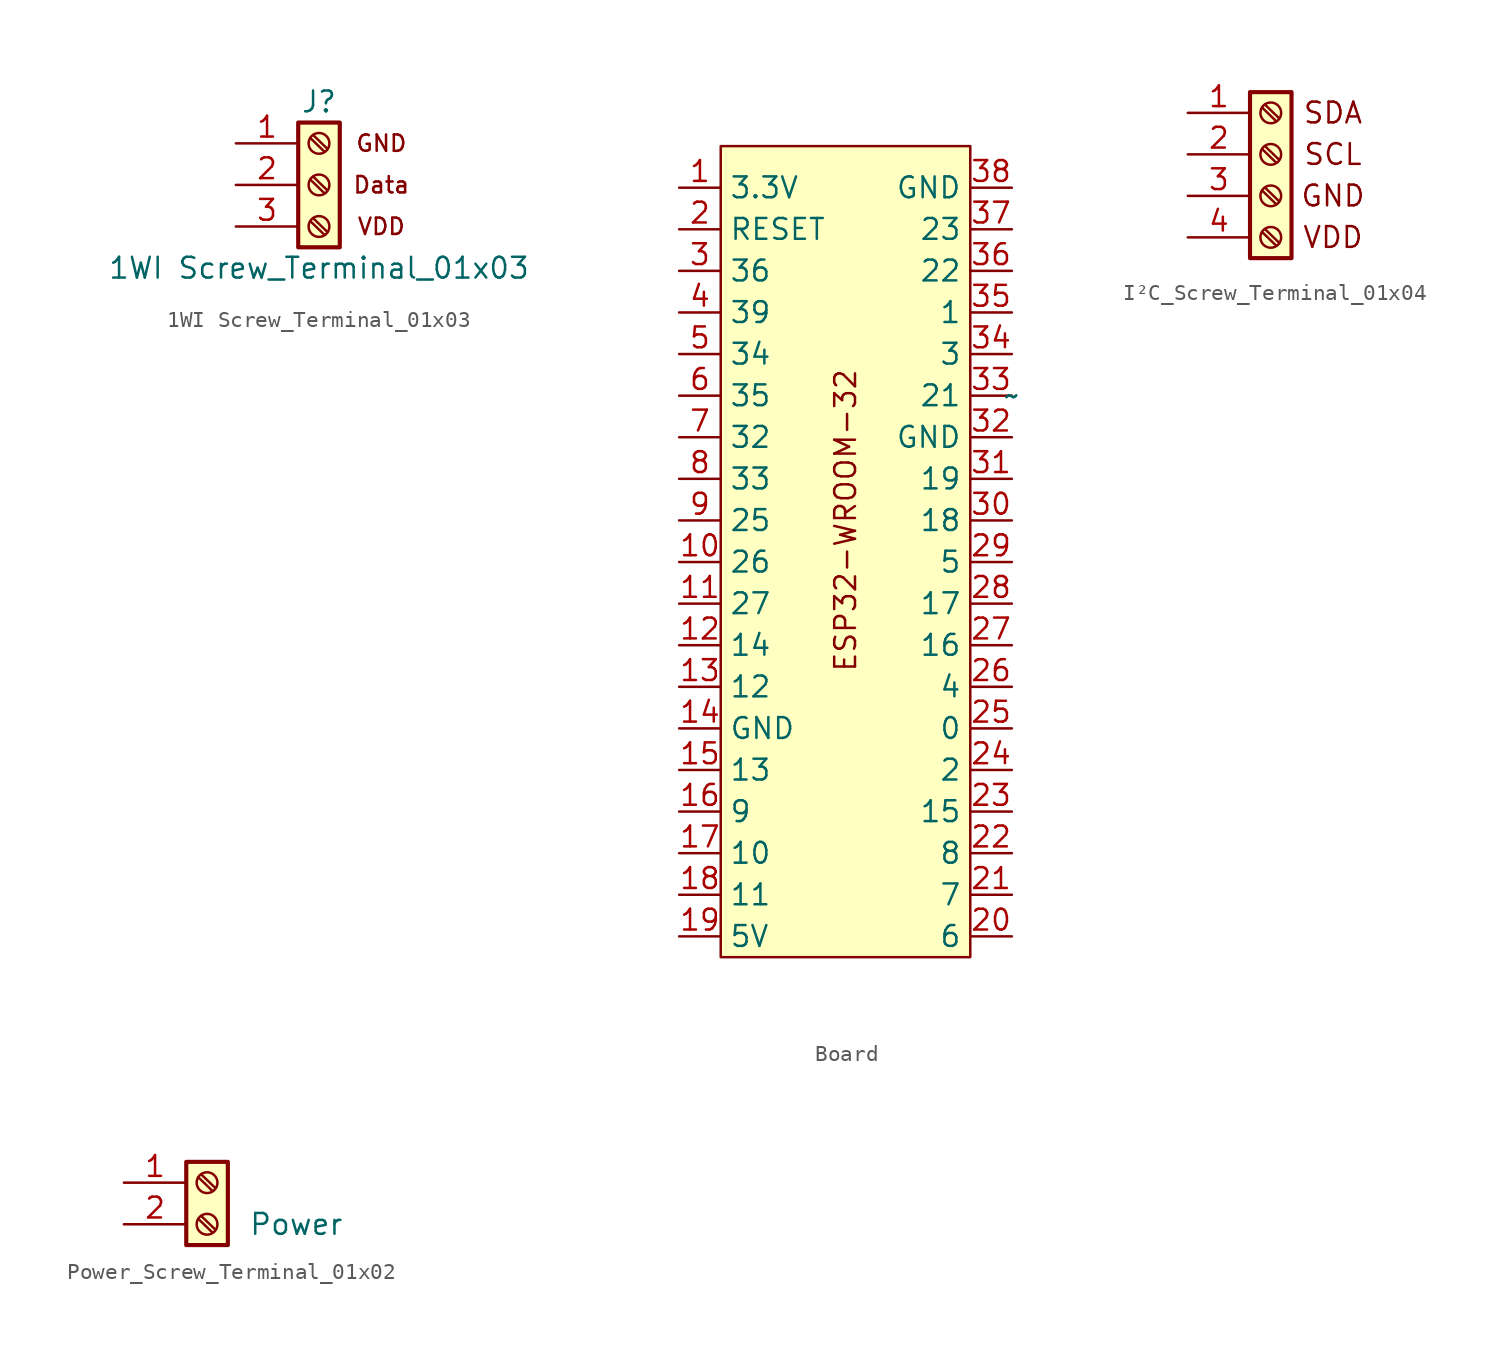
<source format=kicad_sym>
(kicad_symbol_lib
  (version 20220914)
  (generator kicad_symbol_editor)
  (symbol "1WI Screw_Terminal_01x03"
    (pin_names
      (offset 1.016) hide)
    (property "Reference" "J"
      (at 0 5.08 0)
      (effects (font (size 1.27 1.27))))
    (property "Value" "1WI Screw_Terminal_01x03"
      (at 0 -5.08 0)
      (effects (font (size 1.27 1.27))))
    (symbol "1WI Screw_Terminal_01x03_1_1"
      (rectangle (start -1.27 3.81) (end 1.27 -3.81) (stroke (width 0.254) (type default)) (fill (type background)))
      (circle (center 0 -2.54) (radius 0.635) (stroke (width 0.152) (type default)) (fill (type none)))
      (polyline (pts (xy -0.533 -2.21) (xy 0.33 -3.048)) (stroke (width 0.152) (type default)) (fill (type none)))
      (polyline (pts (xy -0.533 0.33) (xy 0.33 -0.508)) (stroke (width 0.152) (type default)) (fill (type none)))
      (polyline (pts (xy -0.533 2.87) (xy 0.33 2.032)) (stroke (width 0.152) (type default)) (fill (type none)))
      (polyline (pts (xy -0.356 -2.032) (xy 0.508 -2.87)) (stroke (width 0.152) (type default)) (fill (type none)))
      (polyline (pts (xy -0.356 0.508) (xy 0.508 -0.33)) (stroke (width 0.152) (type default)) (fill (type none)))
      (polyline (pts (xy -0.356 3.048) (xy 0.508 2.21)) (stroke (width 0.152) (type default)) (fill (type none)))
      (circle (center 0 0) (radius 0.635) (stroke (width 0.152) (type default)) (fill (type none)))
      (circle (center 0 2.54) (radius 0.635) (stroke (width 0.152) (type default)) (fill (type none)))
      (text "Data" (at 3.81 0 0) (effects (font (size 1 1))))
      (text "GND" (at 3.81 2.54 0) (effects (font (size 1 1))))
      (text "VDD" (at 3.81 -2.54 0) (effects (font (size 1 1))))
      (pin power_in line (at -5.08 2.54 0) (length 3.81) (name "GND" (effects (font (size 1.27 1.27)))) (number "1" (effects (font (size 1.27 1.27)))))
      (pin bidirectional line (at -5.08 0 0) (length 3.81) (name "Data" (effects (font (size 1.27 1.27)))) (number "2" (effects (font (size 1.27 1.27)))))
      (pin power_in line (at -5.08 -2.54 0) (length 3.81) (name "VDD" (effects (font (size 1.27 1.27)))) (number "3" (effects (font (size 1.27 1.27)))))))
  (symbol "Board"
    (property "Reference" "U?"
      (at 2.54 27.94 0)
      (effects (font (size 1.27 1.27)) hide))
    (property "Value" "~"
      (at 12.7 10.16 0)
      (effects (font (size 1.27 1.27))))
    (symbol "Board_1_1"
      (rectangle (start -5.08 25.4) (end 10.16 -24.13) (stroke (width 0) (type default)) (fill (type background)))
      (text "ESP32-WROOM-32" (at 2.54 2.54 900) (effects (font (size 1.27 1.27))))
      (pin power_out line (at -7.62 22.86 0) (length 2.54) (name "3.3V" (effects (font (size 1.27 1.27)))) (number "1" (effects (font (size 1.27 1.27)))))
      (pin bidirectional line (at -7.62 0 0) (length 2.54) (name "26" (effects (font (size 1.27 1.27)))) (number "10" (effects (font (size 1.27 1.27)))))
      (pin bidirectional line (at -7.62 -2.54 0) (length 2.54) (name "27" (effects (font (size 1.27 1.27)))) (number "11" (effects (font (size 1.27 1.27)))))
      (pin bidirectional line (at -7.62 -5.08 0) (length 2.54) (name "14" (effects (font (size 1.27 1.27)))) (number "12" (effects (font (size 1.27 1.27)))))
      (pin bidirectional line (at -7.62 -7.62 0) (length 2.54) (name "12" (effects (font (size 1.27 1.27)))) (number "13" (effects (font (size 1.27 1.27)))))
      (pin power_in line (at -7.62 -10.16 0) (length 2.54) (name "GND" (effects (font (size 1.27 1.27)))) (number "14" (effects (font (size 1.27 1.27)))))
      (pin bidirectional line (at -7.62 -12.7 0) (length 2.54) (name "13" (effects (font (size 1.27 1.27)))) (number "15" (effects (font (size 1.27 1.27)))))
      (pin bidirectional line (at -7.62 -15.24 0) (length 2.54) (name "9" (effects (font (size 1.27 1.27)))) (number "16" (effects (font (size 1.27 1.27)))))
      (pin bidirectional line (at -7.62 -17.78 0) (length 2.54) (name "10" (effects (font (size 1.27 1.27)))) (number "17" (effects (font (size 1.27 1.27)))))
      (pin bidirectional line (at -7.62 -20.32 0) (length 2.54) (name "11" (effects (font (size 1.27 1.27)))) (number "18" (effects (font (size 1.27 1.27)))))
      (pin power_in line (at -7.62 -22.86 0) (length 2.54) (name "5V" (effects (font (size 1.27 1.27)))) (number "19" (effects (font (size 1.27 1.27)))))
      (pin input line (at -7.62 20.32 0) (length 2.54) (name "RESET" (effects (font (size 1.27 1.27)))) (number "2" (effects (font (size 1.27 1.27)))))
      (pin bidirectional line (at 12.7 -22.86 180) (length 2.54) (name "6" (effects (font (size 1.27 1.27)))) (number "20" (effects (font (size 1.27 1.27)))))
      (pin bidirectional line (at 12.7 -20.32 180) (length 2.54) (name "7" (effects (font (size 1.27 1.27)))) (number "21" (effects (font (size 1.27 1.27)))))
      (pin bidirectional line (at 12.7 -17.78 180) (length 2.54) (name "8" (effects (font (size 1.27 1.27)))) (number "22" (effects (font (size 1.27 1.27)))))
      (pin bidirectional line (at 12.7 -15.24 180) (length 2.54) (name "15" (effects (font (size 1.27 1.27)))) (number "23" (effects (font (size 1.27 1.27)))))
      (pin bidirectional line (at 12.7 -12.7 180) (length 2.54) (name "2" (effects (font (size 1.27 1.27)))) (number "24" (effects (font (size 1.27 1.27)))))
      (pin bidirectional line (at 12.7 -10.16 180) (length 2.54) (name "0" (effects (font (size 1.27 1.27)))) (number "25" (effects (font (size 1.27 1.27)))))
      (pin bidirectional line (at 12.7 -7.62 180) (length 2.54) (name "4" (effects (font (size 1.27 1.27)))) (number "26" (effects (font (size 1.27 1.27)))))
      (pin bidirectional line (at 12.7 -5.08 180) (length 2.54) (name "16" (effects (font (size 1.27 1.27)))) (number "27" (effects (font (size 1.27 1.27)))))
      (pin bidirectional line (at 12.7 -2.54 180) (length 2.54) (name "17" (effects (font (size 1.27 1.27)))) (number "28" (effects (font (size 1.27 1.27)))))
      (pin bidirectional line (at 12.7 0 180) (length 2.54) (name "5" (effects (font (size 1.27 1.27)))) (number "29" (effects (font (size 1.27 1.27)))))
      (pin input line (at -7.62 17.78 0) (length 2.54) (name "36" (effects (font (size 1.27 1.27)))) (number "3" (effects (font (size 1.27 1.27)))))
      (pin bidirectional line (at 12.7 2.54 180) (length 2.54) (name "18" (effects (font (size 1.27 1.27)))) (number "30" (effects (font (size 1.27 1.27)))))
      (pin bidirectional line (at 12.7 5.08 180) (length 2.54) (name "19" (effects (font (size 1.27 1.27)))) (number "31" (effects (font (size 1.27 1.27)))))
      (pin power_in line (at 12.7 7.62 180) (length 2.54) (name "GND" (effects (font (size 1.27 1.27)))) (number "32" (effects (font (size 1.27 1.27)))))
      (pin bidirectional line (at 12.7 10.16 180) (length 2.54) (name "21" (effects (font (size 1.27 1.27)))) (number "33" (effects (font (size 1.27 1.27)))))
      (pin bidirectional line (at 12.7 12.7 180) (length 2.54) (name "3" (effects (font (size 1.27 1.27)))) (number "34" (effects (font (size 1.27 1.27)))))
      (pin bidirectional line (at 12.7 15.24 180) (length 2.54) (name "1" (effects (font (size 1.27 1.27)))) (number "35" (effects (font (size 1.27 1.27)))))
      (pin bidirectional line (at 12.7 17.78 180) (length 2.54) (name "22" (effects (font (size 1.27 1.27)))) (number "36" (effects (font (size 1.27 1.27)))))
      (pin bidirectional line (at 12.7 20.32 180) (length 2.54) (name "23" (effects (font (size 1.27 1.27)))) (number "37" (effects (font (size 1.27 1.27)))))
      (pin power_in line (at 12.7 22.86 180) (length 2.54) (name "GND" (effects (font (size 1.27 1.27)))) (number "38" (effects (font (size 1.27 1.27)))))
      (pin input line (at -7.62 15.24 0) (length 2.54) (name "39" (effects (font (size 1.27 1.27)))) (number "4" (effects (font (size 1.27 1.27)))))
      (pin input line (at -7.62 12.7 0) (length 2.54) (name "34" (effects (font (size 1.27 1.27)))) (number "5" (effects (font (size 1.27 1.27)))))
      (pin input line (at -7.62 10.16 0) (length 2.54) (name "35" (effects (font (size 1.27 1.27)))) (number "6" (effects (font (size 1.27 1.27)))))
      (pin bidirectional line (at -7.62 7.62 0) (length 2.54) (name "32" (effects (font (size 1.27 1.27)))) (number "7" (effects (font (size 1.27 1.27)))))
      (pin bidirectional line (at -7.62 5.08 0) (length 2.54) (name "33" (effects (font (size 1.27 1.27)))) (number "8" (effects (font (size 1.27 1.27)))))
      (pin bidirectional line (at -7.62 2.54 0) (length 2.54) (name "25" (effects (font (size 1.27 1.27)))) (number "9" (effects (font (size 1.27 1.27)))))))
  (symbol "I²C_Screw_Terminal_01x04"
    (pin_names
      (offset 1.016) hide)
    (property "Reference" "J?"
      (at 7.62 0 0)
      (effects (font (size 1.27 1.27)) (justify left) hide))
    (symbol "I²C_Screw_Terminal_01x04_1_1"
      (rectangle (start -1.27 3.81) (end 1.27 -6.35) (stroke (width 0.254) (type default)) (fill (type background)))
      (circle (center 0 -5.08) (radius 0.635) (stroke (width 0.152) (type default)) (fill (type none)))
      (circle (center 0 -2.54) (radius 0.635) (stroke (width 0.152) (type default)) (fill (type none)))
      (polyline (pts (xy -0.533 -4.75) (xy 0.33 -5.588)) (stroke (width 0.152) (type default)) (fill (type none)))
      (polyline (pts (xy -0.533 -2.21) (xy 0.33 -3.048)) (stroke (width 0.152) (type default)) (fill (type none)))
      (polyline (pts (xy -0.533 0.33) (xy 0.33 -0.508)) (stroke (width 0.152) (type default)) (fill (type none)))
      (polyline (pts (xy -0.533 2.87) (xy 0.33 2.032)) (stroke (width 0.152) (type default)) (fill (type none)))
      (polyline (pts (xy -0.356 -4.572) (xy 0.508 -5.41)) (stroke (width 0.152) (type default)) (fill (type none)))
      (polyline (pts (xy -0.356 -2.032) (xy 0.508 -2.87)) (stroke (width 0.152) (type default)) (fill (type none)))
      (polyline (pts (xy -0.356 0.508) (xy 0.508 -0.33)) (stroke (width 0.152) (type default)) (fill (type none)))
      (polyline (pts (xy -0.356 3.048) (xy 0.508 2.21)) (stroke (width 0.152) (type default)) (fill (type none)))
      (circle (center 0 0) (radius 0.635) (stroke (width 0.152) (type default)) (fill (type none)))
      (circle (center 0 2.54) (radius 0.635) (stroke (width 0.152) (type default)) (fill (type none)))
      (text "GND" (at 3.81 -2.54 0) (effects (font (size 1.27 1.27))))
      (text "SCL" (at 3.81 0 0) (effects (font (size 1.27 1.27))))
      (text "SDA" (at 3.81 2.54 0) (effects (font (size 1.27 1.27))))
      (text "VDD" (at 3.81 -5.08 0) (effects (font (size 1.27 1.27))))
      (pin bidirectional line (at -5.08 2.54 0) (length 3.81) (name "SDA" (effects (font (size 1.27 1.27)))) (number "1" (effects (font (size 1.27 1.27)))))
      (pin input line (at -5.08 0 0) (length 3.81) (name "SCL" (effects (font (size 1.27 1.27)))) (number "2" (effects (font (size 1.27 1.27)))))
      (pin power_in line (at -5.08 -2.54 0) (length 3.81) (name "GND" (effects (font (size 1.27 1.27)))) (number "3" (effects (font (size 1.27 1.27)))))
      (pin power_in line (at -5.08 -5.08 0) (length 3.81) (name "VDD" (effects (font (size 1.27 1.27)))) (number "4" (effects (font (size 1.27 1.27)))))))
  (symbol "Power_Screw_Terminal_01x02"
    (pin_names
      (offset 1.016) hide)
    (property "Reference" "J?"
      (at 2.54 0 0)
      (effects (font (size 1.27 1.27)) (justify left) hide))
    (property "Value" "Power"
      (at 2.54 -2.54 0)
      (effects (font (size 1.27 1.27)) (justify left)))
    (symbol "Power_Screw_Terminal_01x02_1_1"
      (rectangle (start -1.27 1.27) (end 1.27 -3.81) (stroke (width 0.254) (type default)) (fill (type background)))
      (circle (center 0 -2.54) (radius 0.635) (stroke (width 0.152) (type default)) (fill (type none)))
      (polyline (pts (xy -0.533 -2.21) (xy 0.33 -3.048)) (stroke (width 0.152) (type default)) (fill (type none)))
      (polyline (pts (xy -0.533 0.33) (xy 0.33 -0.508)) (stroke (width 0.152) (type default)) (fill (type none)))
      (polyline (pts (xy -0.356 -2.032) (xy 0.508 -2.87)) (stroke (width 0.152) (type default)) (fill (type none)))
      (polyline (pts (xy -0.356 0.508) (xy 0.508 -0.33)) (stroke (width 0.152) (type default)) (fill (type none)))
      (circle (center 0 0) (radius 0.635) (stroke (width 0.152) (type default)) (fill (type none)))
      (pin power_out line (at -5.08 0 0) (length 3.81) (name "5V" (effects (font (size 1.27 1.27)))) (number "1" (effects (font (size 1.27 1.27)))))
      (pin power_out line (at -5.08 -2.54 0) (length 3.81) (name "GND" (effects (font (size 1.27 1.27)))) (number "2" (effects (font (size 1.27 1.27))))))))
</source>
